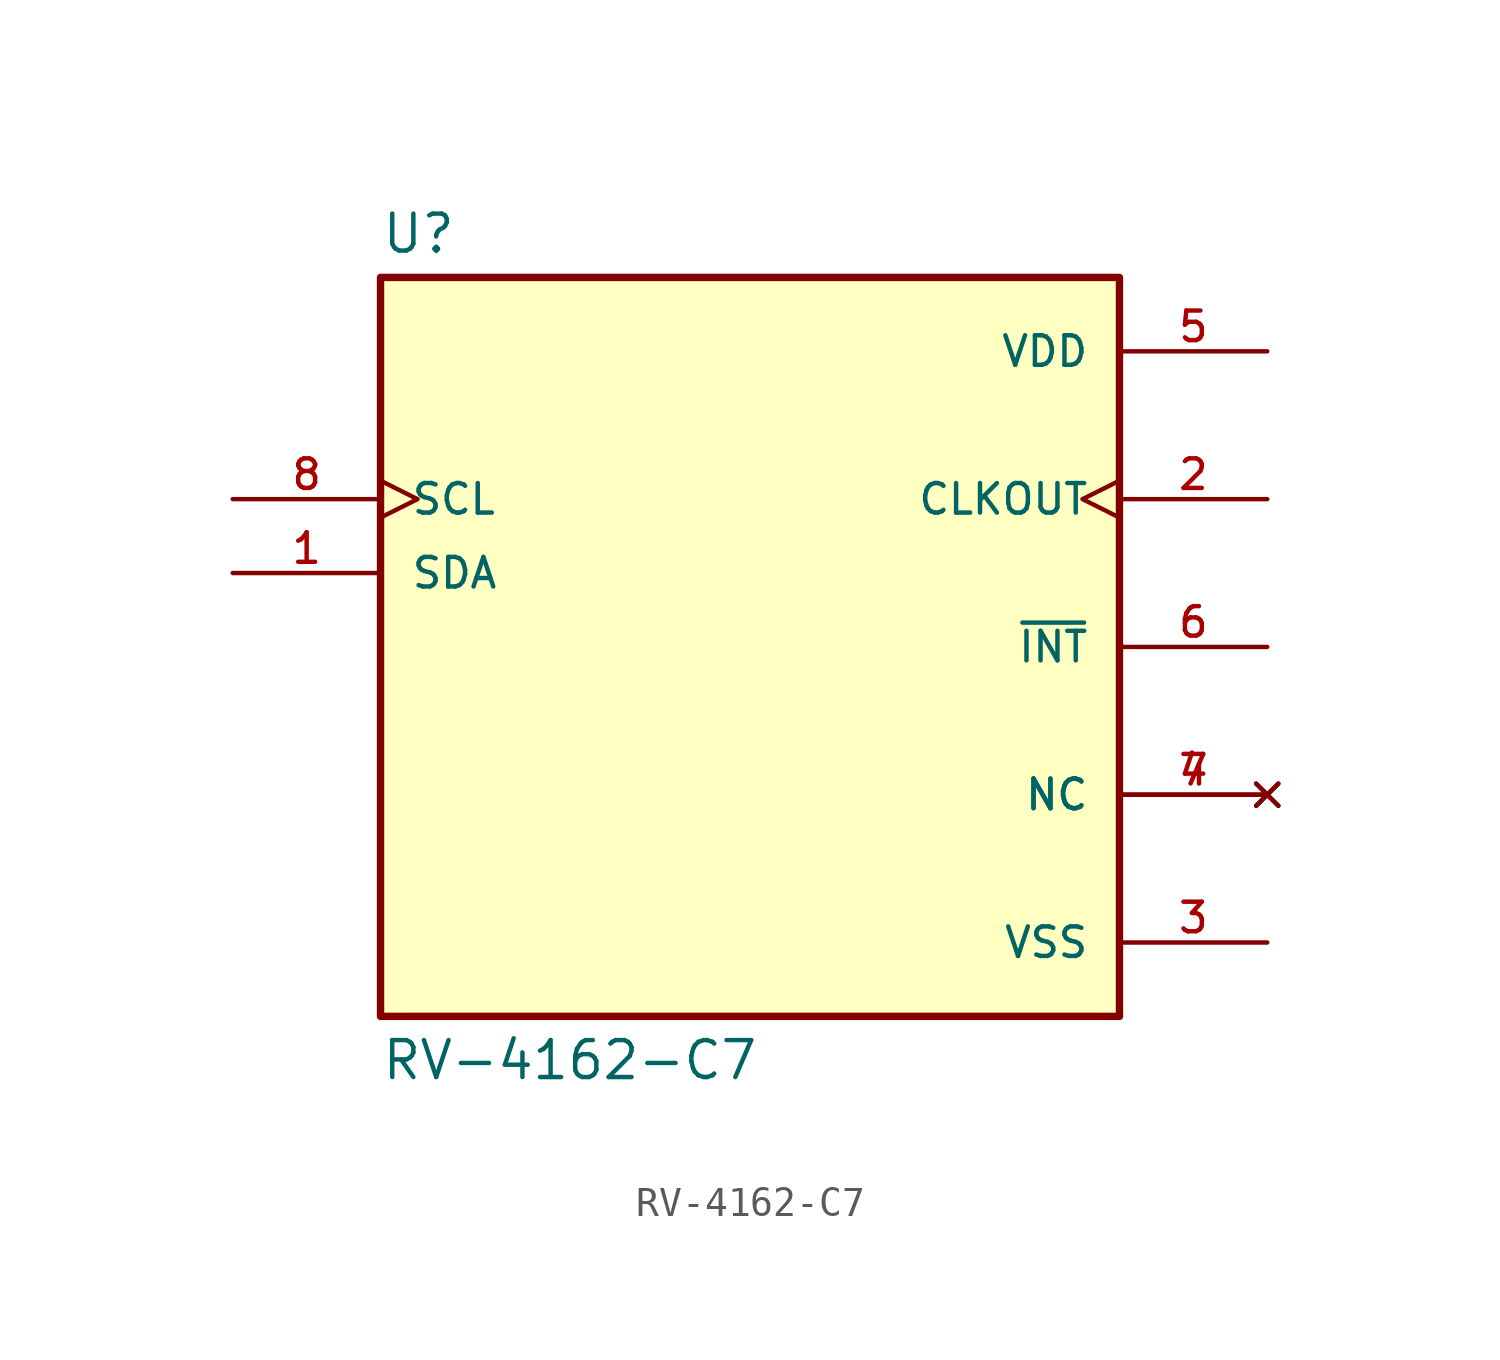
<source format=kicad_sym>
(kicad_symbol_lib
  (version 20211014)
  (generator kicad_symbol_editor)
  (symbol "RV-4162-C7"
    (pin_names
      (offset 1.016))
    (property "Reference" "U"
      (at -12.7 13.462 0)
      (effects (font (size 1.27 1.27)) (justify bottom left)))
    (property "Value" "RV-4162-C7"
      (at -12.7 -13.462 0)
      (effects (font (size 1.27 1.27)) (justify top left)))
    (symbol "RV-4162-C7_0_0"
      (rectangle (start -12.7 -12.7) (end 12.7 12.7) (stroke (width 0.254)) (fill (type background)))
      (pin power_in line (at 17.78 10.16 180.0) (length 5.08) (name "VDD" (effects (font (size 1.016 1.016)))) (number "5" (effects (font (size 1.016 1.016)))))
      (pin power_in line (at 17.78 -10.16 180.0) (length 5.08) (name "VSS" (effects (font (size 1.016 1.016)))) (number "3" (effects (font (size 1.016 1.016)))))
      (pin output clock (at 17.78 5.08 180.0) (length 5.08) (name "CLKOUT" (effects (font (size 1.016 1.016)))) (number "2" (effects (font (size 1.016 1.016)))))
      (pin output line (at 17.78 0.0 180.0) (length 5.08) (name "~{INT}" (effects (font (size 1.016 1.016)))) (number "6" (effects (font (size 1.016 1.016)))))
      (pin input clock (at -17.78 5.08 0) (length 5.08) (name "SCL" (effects (font (size 1.016 1.016)))) (number "8" (effects (font (size 1.016 1.016)))))
      (pin bidirectional line (at -17.78 2.54 0) (length 5.08) (name "SDA" (effects (font (size 1.016 1.016)))) (number "1" (effects (font (size 1.016 1.016)))))
      (pin no_connect line (at 17.78 -5.08 180.0) (length 5.08) (name "NC" (effects (font (size 1.016 1.016)))) (number "4" (effects (font (size 1.016 1.016)))))
      (pin no_connect line (at 17.78 -5.08 180.0) (length 5.08) (name "NC" (effects (font (size 1.016 1.016)))) (number "7" (effects (font (size 1.016 1.016))))))))
</source>
